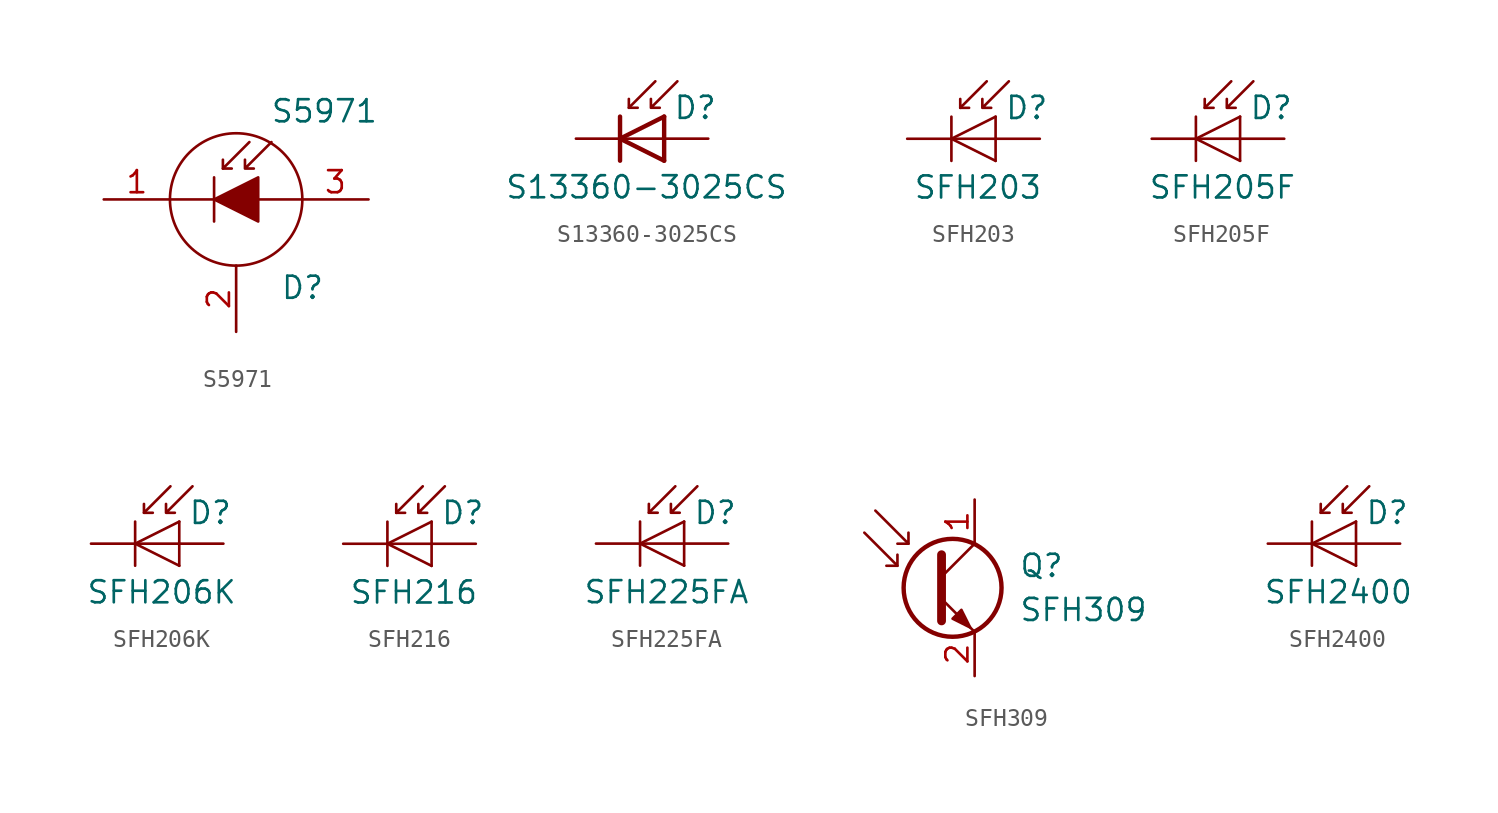
<source format=kicad_sym>
(kicad_symbol_lib
  (version 20201005)
  (generator kicad_symbol_editor)
  (symbol "Sensor_Optical:S5971"
    (pin_names
      (offset 0.254) hide)
    (property "Reference" "D"
      (at 2.54 -5.08 0)
      (effects (font (size 1.27 1.27)) (justify left)))
    (property "Value" "S5971"
      (at 5.08 5.08 0)
      (effects (font (size 1.27 1.27))))
    (symbol "S5971_0_0"
      (pin passive line (at 0 -7.62 90) (length 3.81) (name "C" (effects (font (size 1.27 1.27)))) (number "2" (effects (font (size 1.27 1.27))))))
    (symbol "S5971_0_1"
      (circle (center 0 0) (radius 3.81) (stroke (width 0)) (fill (type none)))
      (polyline (pts (xy -1.27 0) (xy -3.81 0)) (stroke (width 0)) (fill (type none)))
      (polyline (pts (xy -1.27 1.27) (xy -1.27 -1.27)) (stroke (width 0.152)) (fill (type none)))
      (polyline (pts (xy -0.762 1.778) (xy -0.254 1.778)) (stroke (width 0)) (fill (type none)))
      (polyline (pts (xy 3.81 0) (xy 1.27 0)) (stroke (width 0)) (fill (type none)))
      (polyline (pts (xy 0.762 3.302) (xy -0.762 1.778) (xy -0.762 2.286)) (stroke (width 0)) (fill (type none)))
      (polyline (pts (xy -1.27 0) (xy 1.27 1.27) (xy 1.27 -1.27) (xy -1.27 0)) (stroke (width 0)) (fill (type outline)))
      (polyline (pts (xy 2.032 3.302) (xy 0.508 1.778) (xy 0.508 2.286) (xy 0.508 1.778) (xy 1.016 1.778)) (stroke (width 0)) (fill (type none))))
    (symbol "S5971_1_1"
      (pin passive line (at -7.62 0 0) (length 3.81) (name "K" (effects (font (size 1.27 1.27)))) (number "1" (effects (font (size 1.27 1.27)))))
      (pin passive line (at 7.62 0 180) (length 3.81) (name "A" (effects (font (size 1.27 1.27)))) (number "3" (effects (font (size 1.27 1.27)))))))
  (symbol "Sensor_Optical:S13360-3025CS"
    (pin_numbers hide)
    (pin_names hide)
    (property "Reference" "D"
      (at 1.778 1.778 0)
      (effects (font (size 1.27 1.27)) (justify left)))
    (property "Value" "S13360-3025CS"
      (at 0.254 -2.794 0)
      (effects (font (size 1.27 1.27))))
    (symbol "S13360-3025CS_0_1"
      (polyline (pts (xy -1.27 0) (xy 1.27 0)) (stroke (width 0)) (fill (type none)))
      (polyline (pts (xy -1.27 1.27) (xy -1.27 -1.27)) (stroke (width 0.254)) (fill (type none)))
      (polyline (pts (xy -0.762 1.778) (xy -0.254 1.778)) (stroke (width 0)) (fill (type none)))
      (polyline (pts (xy 1.27 1.27) (xy 1.27 -1.27)) (stroke (width 0.254)) (fill (type none)))
      (polyline (pts (xy 0.762 3.302) (xy -0.762 1.778) (xy -0.762 2.286)) (stroke (width 0)) (fill (type none)))
      (polyline (pts (xy 1.27 1.27) (xy -1.27 0) (xy 1.27 -1.27)) (stroke (width 0.254)) (fill (type none)))
      (polyline (pts (xy 2.032 3.302) (xy 0.508 1.778) (xy 0.508 2.286) (xy 0.508 1.778) (xy 1.016 1.778)) (stroke (width 0)) (fill (type none))))
    (symbol "S13360-3025CS_1_1"
      (pin passive line (at 3.81 0 180) (length 2.54) (name "A" (effects (font (size 1.27 1.27)))) (number "1" (effects (font (size 1.27 1.27)))))
      (pin passive line (at -3.81 0 0) (length 2.54) (name "K" (effects (font (size 1.27 1.27)))) (number "2" (effects (font (size 1.27 1.27)))))))
  (symbol "Sensor_Optical:SFH203"
    (pin_numbers hide)
    (pin_names hide)
    (property "Reference" "D"
      (at 0.508 1.778 0)
      (effects (font (size 1.27 1.27)) (justify left)))
    (property "Value" "SFH203"
      (at -1.016 -2.794 0)
      (effects (font (size 1.27 1.27))))
    (symbol "SFH203_0_1"
      (polyline (pts (xy -2.54 0) (xy 0 0)) (stroke (width 0)) (fill (type none)))
      (polyline (pts (xy -2.54 1.27) (xy -2.54 -1.27)) (stroke (width 0.152)) (fill (type none)))
      (polyline (pts (xy -2.032 1.778) (xy -1.524 1.778)) (stroke (width 0)) (fill (type none)))
      (polyline (pts (xy 0 -1.27) (xy 0 1.27)) (stroke (width 0)) (fill (type none)))
      (polyline (pts (xy -0.508 3.302) (xy -2.032 1.778) (xy -2.032 2.286)) (stroke (width 0)) (fill (type none)))
      (polyline (pts (xy 0 1.27) (xy -2.54 0) (xy 0 -1.27)) (stroke (width 0)) (fill (type none)))
      (polyline (pts (xy 0.762 3.302) (xy -0.762 1.778) (xy -0.762 2.286) (xy -0.762 1.778) (xy -0.254 1.778)) (stroke (width 0)) (fill (type none))))
    (symbol "SFH203_1_1"
      (pin passive line (at -5.08 0 0) (length 2.54) (name "K" (effects (font (size 1.27 1.27)))) (number "1" (effects (font (size 1.27 1.27)))))
      (pin passive line (at 2.54 0 180) (length 2.54) (name "A" (effects (font (size 1.27 1.27)))) (number "2" (effects (font (size 1.27 1.27)))))))
  (symbol "Sensor_Optical:SFH205F"
    (pin_numbers hide)
    (pin_names
      (offset 1.016) hide)
    (property "Reference" "D"
      (at 0.508 1.778 0)
      (effects (font (size 1.27 1.27)) (justify left)))
    (property "Value" "SFH205F"
      (at -1.016 -2.794 0)
      (effects (font (size 1.27 1.27))))
    (symbol "SFH205F_0_1"
      (polyline (pts (xy -2.54 1.27) (xy -2.54 -1.27)) (stroke (width 0.152)) (fill (type none)))
      (polyline (pts (xy -2.032 1.778) (xy -1.524 1.778)) (stroke (width 0)) (fill (type none)))
      (polyline (pts (xy 0 0) (xy -2.54 0)) (stroke (width 0)) (fill (type none)))
      (polyline (pts (xy 0 1.27) (xy 0 -1.27)) (stroke (width 0)) (fill (type none)))
      (polyline (pts (xy -0.508 3.302) (xy -2.032 1.778) (xy -2.032 2.286)) (stroke (width 0)) (fill (type none)))
      (polyline (pts (xy 0 1.27) (xy -2.54 0) (xy 0 -1.27)) (stroke (width 0)) (fill (type none)))
      (polyline (pts (xy 0.762 3.302) (xy -0.762 1.778) (xy -0.762 2.286) (xy -0.762 1.778) (xy -0.254 1.778)) (stroke (width 0)) (fill (type none))))
    (symbol "SFH205F_1_1"
      (pin passive line (at -5.08 0 0) (length 2.54) (name "K" (effects (font (size 1.27 1.27)))) (number "1" (effects (font (size 1.27 1.27)))))
      (pin passive line (at 2.54 0 180) (length 2.54) (name "A" (effects (font (size 1.27 1.27)))) (number "2" (effects (font (size 1.27 1.27)))))))
  (symbol "Sensor_Optical:SFH206K"
    (pin_numbers hide)
    (pin_names hide)
    (property "Reference" "D"
      (at 0.508 1.778 0)
      (effects (font (size 1.27 1.27)) (justify left)))
    (property "Value" "SFH206K"
      (at -1.016 -2.794 0)
      (effects (font (size 1.27 1.27))))
    (symbol "SFH206K_0_1"
      (polyline (pts (xy -2.54 1.27) (xy -2.54 -1.27)) (stroke (width 0.152)) (fill (type none)))
      (polyline (pts (xy -2.032 1.778) (xy -1.524 1.778)) (stroke (width 0)) (fill (type none)))
      (polyline (pts (xy 0 -1.27) (xy 0 1.27)) (stroke (width 0)) (fill (type none)))
      (polyline (pts (xy 0 0) (xy -2.54 0)) (stroke (width 0)) (fill (type none)))
      (polyline (pts (xy -0.508 3.302) (xy -2.032 1.778) (xy -2.032 2.286)) (stroke (width 0)) (fill (type none)))
      (polyline (pts (xy 0 1.27) (xy -2.54 0) (xy 0 -1.27)) (stroke (width 0)) (fill (type none)))
      (polyline (pts (xy 0.762 3.302) (xy -0.762 1.778) (xy -0.762 2.286) (xy -0.762 1.778) (xy -0.254 1.778)) (stroke (width 0)) (fill (type none))))
    (symbol "SFH206K_1_1"
      (pin passive line (at -5.08 0 0) (length 2.54) (name "K" (effects (font (size 1.27 1.27)))) (number "1" (effects (font (size 1.27 1.27)))))
      (pin passive line (at 2.54 0 180) (length 2.54) (name "A" (effects (font (size 1.27 1.27)))) (number "2" (effects (font (size 1.27 1.27)))))))
  (symbol "Sensor_Optical:SFH216"
    (pin_numbers hide)
    (pin_names hide)
    (property "Reference" "D"
      (at 0.508 1.778 0)
      (effects (font (size 1.27 1.27)) (justify left)))
    (property "Value" "SFH216"
      (at -1.016 -2.794 0)
      (effects (font (size 1.27 1.27))))
    (symbol "SFH216_0_1"
      (polyline (pts (xy -2.54 1.27) (xy -2.54 -1.27)) (stroke (width 0.152)) (fill (type none)))
      (polyline (pts (xy -2.032 1.778) (xy -1.524 1.778)) (stroke (width 0)) (fill (type none)))
      (polyline (pts (xy 0 -1.27) (xy 0 1.27)) (stroke (width 0)) (fill (type none)))
      (polyline (pts (xy 0 0) (xy -2.54 0)) (stroke (width 0)) (fill (type none)))
      (polyline (pts (xy -0.508 3.302) (xy -2.032 1.778) (xy -2.032 2.286)) (stroke (width 0)) (fill (type none)))
      (polyline (pts (xy 0 1.27) (xy -2.54 0) (xy 0 -1.27)) (stroke (width 0)) (fill (type none)))
      (polyline (pts (xy 0.762 3.302) (xy -0.762 1.778) (xy -0.762 2.286) (xy -0.762 1.778) (xy -0.254 1.778)) (stroke (width 0)) (fill (type none))))
    (symbol "SFH216_1_1"
      (pin passive line (at -5.08 0 0) (length 2.54) (name "K" (effects (font (size 1.27 1.27)))) (number "1" (effects (font (size 1.27 1.27)))))
      (pin passive line (at 2.54 0 180) (length 2.54) (name "A" (effects (font (size 1.27 1.27)))) (number "2" (effects (font (size 1.27 1.27)))))))
  (symbol "Sensor_Optical:SFH225FA"
    (pin_numbers hide)
    (pin_names hide)
    (property "Reference" "D"
      (at 0.508 1.778 0)
      (effects (font (size 1.27 1.27)) (justify left)))
    (property "Value" "SFH225FA"
      (at -1.016 -2.794 0)
      (effects (font (size 1.27 1.27))))
    (symbol "SFH225FA_0_1"
      (polyline (pts (xy -2.54 1.27) (xy -2.54 -1.27)) (stroke (width 0.152)) (fill (type none)))
      (polyline (pts (xy -2.032 1.778) (xy -1.524 1.778)) (stroke (width 0)) (fill (type none)))
      (polyline (pts (xy 0 -1.27) (xy 0 1.27)) (stroke (width 0)) (fill (type none)))
      (polyline (pts (xy 0 0) (xy -2.54 0)) (stroke (width 0)) (fill (type none)))
      (polyline (pts (xy -0.508 3.302) (xy -2.032 1.778) (xy -2.032 2.286)) (stroke (width 0)) (fill (type none)))
      (polyline (pts (xy 0 1.27) (xy -2.54 0) (xy 0 -1.27)) (stroke (width 0)) (fill (type none)))
      (polyline (pts (xy 0.762 3.302) (xy -0.762 1.778) (xy -0.762 2.286) (xy -0.762 1.778) (xy -0.254 1.778)) (stroke (width 0)) (fill (type none))))
    (symbol "SFH225FA_1_1"
      (pin passive line (at -5.08 0 0) (length 2.54) (name "K" (effects (font (size 1.27 1.27)))) (number "1" (effects (font (size 1.27 1.27)))))
      (pin passive line (at 2.54 0 180) (length 2.54) (name "A" (effects (font (size 1.27 1.27)))) (number "2" (effects (font (size 1.27 1.27)))))))
  (symbol "Sensor_Optical:SFH309"
    (pin_names
      (offset 0) hide)
    (property "Reference" "Q"
      (at 5.08 1.27 0)
      (effects (font (size 1.27 1.27)) (justify left)))
    (property "Value" "SFH309"
      (at 5.08 -1.27 0)
      (effects (font (size 1.27 1.27)) (justify left)))
    (symbol "SFH309_0_1"
      (circle (center 1.27 0) (radius 2.819) (stroke (width 0.254)) (fill (type none)))
      (polyline (pts (xy -1.905 1.27) (xy -2.54 1.27)) (stroke (width 0)) (fill (type none)))
      (polyline (pts (xy -1.27 2.54) (xy -1.905 2.54)) (stroke (width 0)) (fill (type none)))
      (polyline (pts (xy 0.635 0.635) (xy 2.54 2.54)) (stroke (width 0)) (fill (type none)))
      (polyline (pts (xy -3.81 3.175) (xy -1.905 1.27) (xy -1.905 1.905)) (stroke (width 0)) (fill (type none)))
      (polyline (pts (xy -3.175 4.445) (xy -1.27 2.54) (xy -1.27 3.175)) (stroke (width 0)) (fill (type none)))
      (polyline (pts (xy 0.635 -0.635) (xy 2.54 -2.54) (xy 2.54 -2.54)) (stroke (width 0)) (fill (type none)))
      (polyline (pts (xy 0.635 1.905) (xy 0.635 -1.905) (xy 0.635 -1.905)) (stroke (width 0.508)) (fill (type none)))
      (polyline (pts (xy 1.27 -1.778) (xy 1.778 -1.27) (xy 2.286 -2.286) (xy 1.27 -1.778) (xy 1.27 -1.778)) (stroke (width 0)) (fill (type outline))))
    (symbol "SFH309_1_1"
      (pin passive line (at 2.54 5.08 270) (length 2.54) (name "C" (effects (font (size 1.27 1.27)))) (number "1" (effects (font (size 1.27 1.27)))))
      (pin passive line (at 2.54 -5.08 90) (length 2.54) (name "E" (effects (font (size 1.27 1.27)))) (number "2" (effects (font (size 1.27 1.27)))))))
  (symbol "Sensor_Optical:SFH2400"
    (pin_numbers hide)
    (pin_names hide)
    (property "Reference" "D"
      (at 0.508 1.778 0)
      (effects (font (size 1.27 1.27)) (justify left)))
    (property "Value" "SFH2400"
      (at -1.016 -2.794 0)
      (effects (font (size 1.27 1.27))))
    (symbol "SFH2400_0_1"
      (polyline (pts (xy -2.54 1.27) (xy -2.54 -1.27)) (stroke (width 0.152)) (fill (type none)))
      (polyline (pts (xy -2.032 1.778) (xy -1.524 1.778)) (stroke (width 0)) (fill (type none)))
      (polyline (pts (xy 0 0) (xy -2.54 0)) (stroke (width 0)) (fill (type none)))
      (polyline (pts (xy 0 1.27) (xy 0 -1.27)) (stroke (width 0)) (fill (type none)))
      (polyline (pts (xy -0.508 3.302) (xy -2.032 1.778) (xy -2.032 2.286)) (stroke (width 0)) (fill (type none)))
      (polyline (pts (xy 0 1.27) (xy -2.54 0) (xy 0 -1.27)) (stroke (width 0)) (fill (type none)))
      (polyline (pts (xy 0.762 3.302) (xy -0.762 1.778) (xy -0.762 2.286) (xy -0.762 1.778) (xy -0.254 1.778)) (stroke (width 0)) (fill (type none))))
    (symbol "SFH2400_1_1"
      (pin passive line (at -5.08 0 0) (length 2.54) (name "K" (effects (font (size 1.27 1.27)))) (number "1" (effects (font (size 1.27 1.27)))))
      (pin passive line (at 2.54 0 180) (length 2.54) (name "A" (effects (font (size 1.27 1.27)))) (number "2" (effects (font (size 1.27 1.27))))))))
</source>
